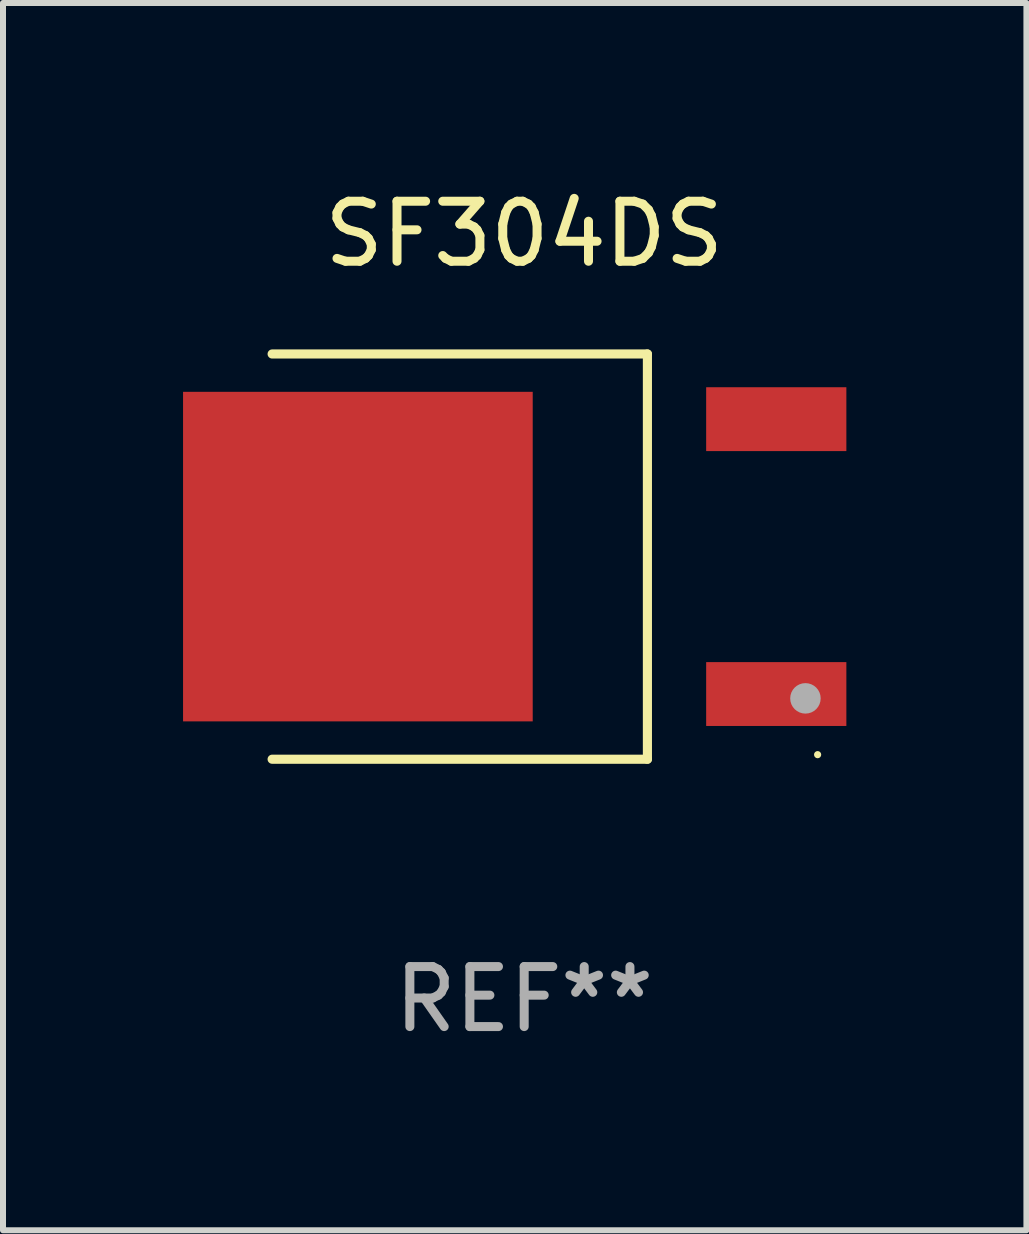
<source format=kicad_pcb>
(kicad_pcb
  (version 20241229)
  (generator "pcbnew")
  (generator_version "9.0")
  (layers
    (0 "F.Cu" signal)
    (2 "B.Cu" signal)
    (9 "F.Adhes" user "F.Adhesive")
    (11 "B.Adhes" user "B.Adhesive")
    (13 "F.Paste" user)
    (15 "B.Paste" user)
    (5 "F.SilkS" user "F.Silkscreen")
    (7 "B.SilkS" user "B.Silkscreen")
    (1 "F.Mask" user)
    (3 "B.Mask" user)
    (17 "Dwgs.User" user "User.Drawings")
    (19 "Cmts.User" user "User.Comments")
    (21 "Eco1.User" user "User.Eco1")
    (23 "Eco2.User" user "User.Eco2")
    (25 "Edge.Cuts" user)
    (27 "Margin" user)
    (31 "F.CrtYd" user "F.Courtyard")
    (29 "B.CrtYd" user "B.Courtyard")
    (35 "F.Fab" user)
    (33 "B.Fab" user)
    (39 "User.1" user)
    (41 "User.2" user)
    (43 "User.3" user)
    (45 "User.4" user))
  (footprint "SF304DS"
    (layer "F.Cu")
    (at 5.684 6.224)
    (property "Reference" "SF304DS" (at 0 -5.376 0) (layer "F.SilkS") (effects (font (size 1 1) (thickness 0.15))))
    (attr through_hole)
    (fp_line (start -4.2 -3.376) (end 2.053 -3.376) (stroke (width 0.152) (type solid)) (layer "F.SilkS"))
    (fp_line (start -4.2 3.376) (end 2.053 3.376) (stroke (width 0.152) (type solid)) (layer "F.SilkS"))
    (fp_line (start 2.053 3.376) (end 2.053 -3.376) (stroke (width 0.152) (type solid)) (layer "F.SilkS"))
    (fp_circle (center 4.889 3.3) (end 4.919 3.3) (stroke (width 0.06) (type solid)) (fill no) (layer "F.SilkS"))
    (fp_circle (center 4.686 2.362) (end 4.813 2.362) (stroke (width 0.254) (type solid)) (fill no) (layer "F.Fab"))
    (fp_text user "REF**" (at 0 7.376 0) (layer "F.Fab") (effects (font (size 1 1) (thickness 0.15))))
    (pad "1" smd rect (at 4.2 2.29) (size 2.336 1.064) (layers "F.Cu" "F.Mask" "F.Paste"))
    (pad "3" smd rect (at 4.2 -2.29) (size 2.336 1.064) (layers "F.Cu" "F.Mask" "F.Paste"))
    (pad "4" smd rect (at -2.771 0) (size 5.826 5.491) (layers "F.Cu" "F.Mask" "F.Paste")))
  (gr_rect
    (start -3 -3)
    (end 14.052 17.449)
    (stroke (width 0.1) (type default))
    (fill no)
    (layer "Edge.Cuts")))
</source>
